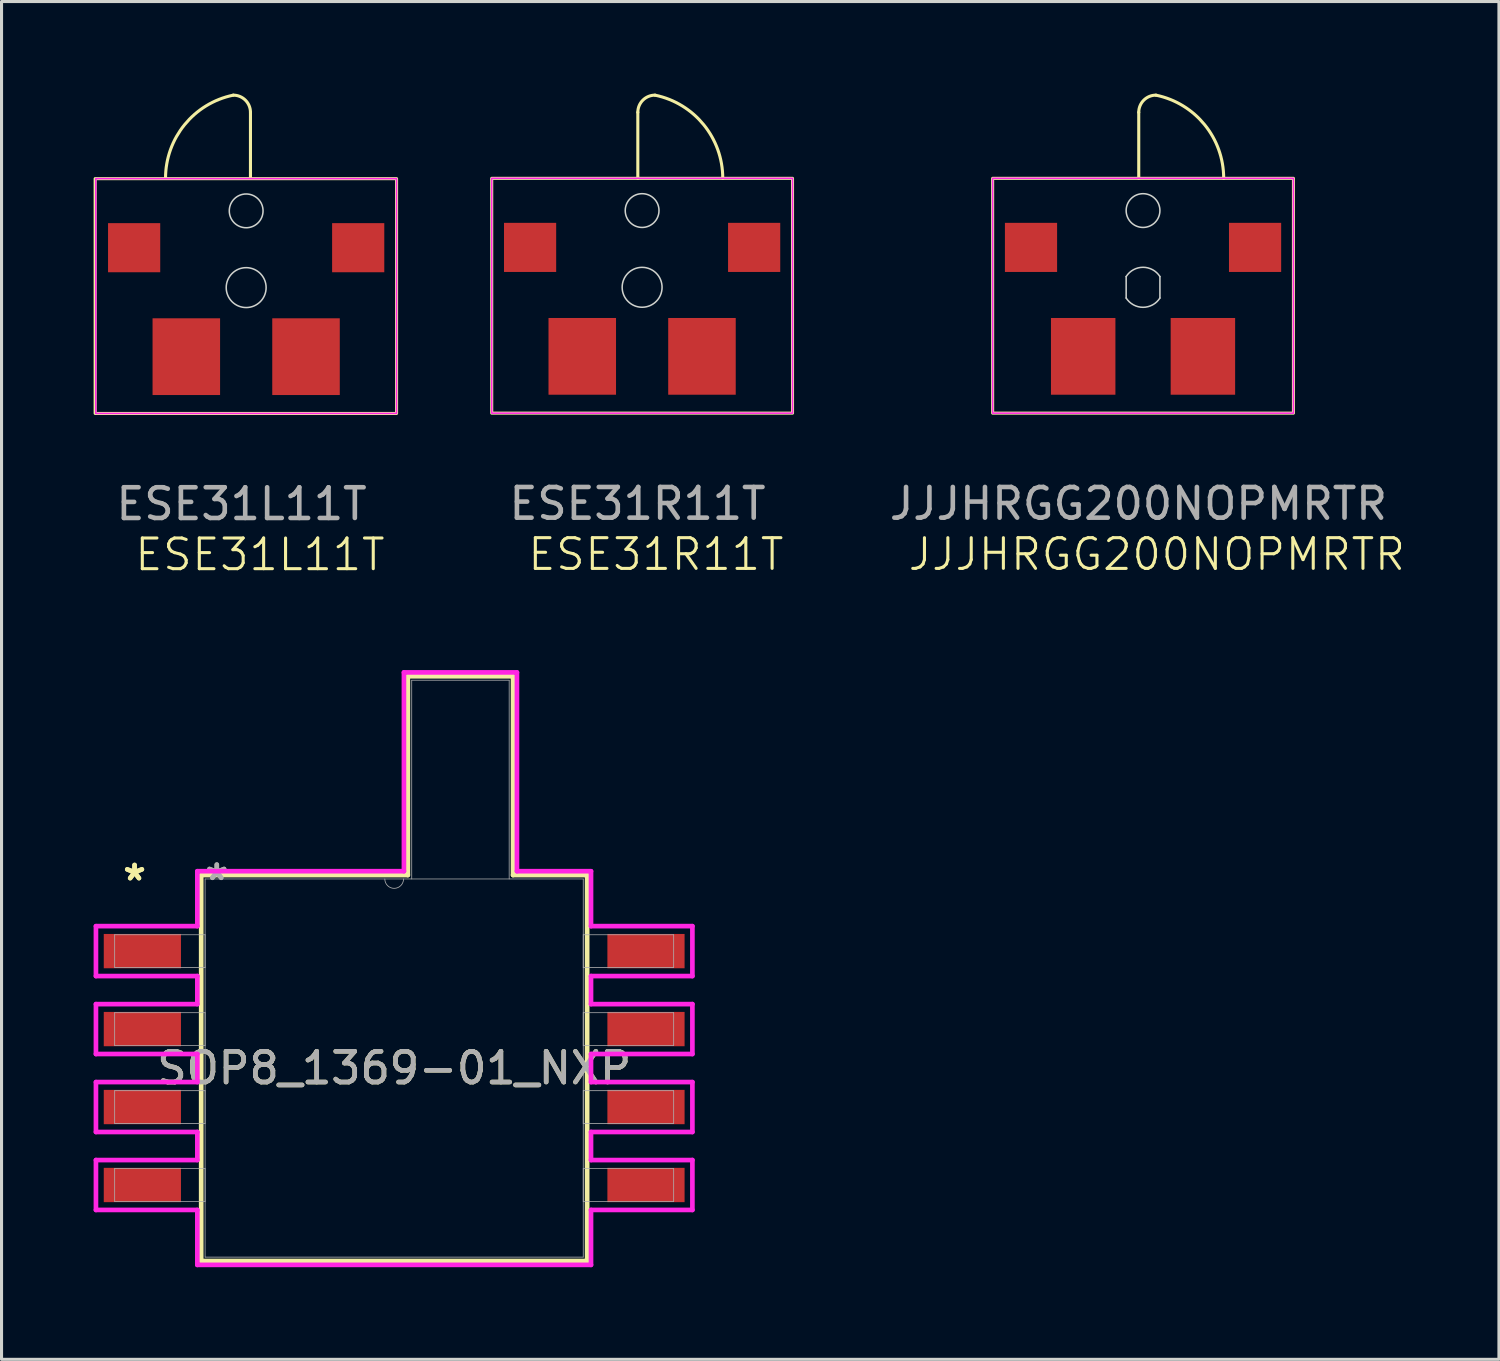
<source format=kicad_pcb>
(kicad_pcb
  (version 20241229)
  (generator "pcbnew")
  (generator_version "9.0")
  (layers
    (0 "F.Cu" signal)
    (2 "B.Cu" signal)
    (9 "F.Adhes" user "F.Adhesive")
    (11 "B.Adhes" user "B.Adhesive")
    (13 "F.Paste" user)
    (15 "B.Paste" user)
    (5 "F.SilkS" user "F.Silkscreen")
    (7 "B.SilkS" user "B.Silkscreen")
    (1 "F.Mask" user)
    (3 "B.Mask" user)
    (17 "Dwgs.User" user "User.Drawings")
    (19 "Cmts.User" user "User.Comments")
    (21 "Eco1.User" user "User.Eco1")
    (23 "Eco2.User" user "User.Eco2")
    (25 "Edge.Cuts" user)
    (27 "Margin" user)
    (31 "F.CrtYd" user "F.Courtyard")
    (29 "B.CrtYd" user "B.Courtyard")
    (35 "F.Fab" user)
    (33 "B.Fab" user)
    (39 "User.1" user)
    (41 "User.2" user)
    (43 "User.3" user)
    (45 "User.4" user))
  (footprint "ESE31L11T"
    (layer "F.Cu")
    (at 4.97 3.82)
    (property "Reference" "ESE31L11T" (at 0.45 11.2 0) (unlocked yes) (layer "F.SilkS") (effects (font (size 1 1) (thickness 0.1))))
    (attr smd)
    (fp_line (start 0.14 -1.06) (end 0.14 -3.21) (stroke (width 0.1) (type default)) (layer "F.SilkS"))
    (fp_rect (start -4.92 -1.05) (end 4.9 6.6) (stroke (width 0.1) (type default)) (fill no) (layer "F.SilkS"))
    (fp_arc (start -2.627255 -1.06) (mid -2.005619 -2.807575) (end -0.42 -3.77) (stroke (width 0.1) (type default)) (layer "F.SilkS"))
    (fp_arc (start -0.42 -3.77) (mid -0.02402 -3.60598) (end 0.14 -3.21) (stroke (width 0.1) (type default)) (layer "F.SilkS"))
    (fp_circle (center 0 0) (end 0 -0.55) (stroke (width 0.05) (type default)) (fill no) (layer "Edge.Cuts"))
    (fp_circle (center 0 2.5) (end 0 1.85) (stroke (width 0.05) (type default)) (fill no) (layer "Edge.Cuts"))
    (fp_rect (start -4.9 -1.05) (end 4.9 6.6) (stroke (width 0.05) (type default)) (fill no) (layer "F.CrtYd"))
    (fp_text user "${REFERENCE}" (at -0.15 9.55 0) (unlocked yes) (layer "F.Fab") (effects (font (size 1 1) (thickness 0.15))))
    (pad "1" smd rect (at 3.65 1.2) (size 1.7 1.6) (layers "F.Cu" "F.Mask" "F.Paste"))
    (pad "2" smd rect (at 1.95 4.75) (size 2.2 2.5) (layers "F.Cu" "F.Mask" "F.Paste"))
    (pad "3" smd rect (at -1.95 4.75) (size 2.2 2.5) (layers "F.Cu" "F.Mask" "F.Paste"))
    (pad "4" smd rect (at -3.65 1.2) (size 1.7 1.6) (layers "F.Cu" "F.Mask" "F.Paste")))
  (footprint "JJJHRGG200NOPMRTR"
    (layer "F.Cu")
    (at 34.19 3.81)
    (property "Reference" "JJJHRGG200NOPMRTR" (at 0.45 11.2 0) (unlocked yes) (layer "F.SilkS") (effects (font (size 1 1) (thickness 0.1))))
    (attr smd)
    (fp_line (start -0.14 -1.05) (end -0.14 -3.2) (stroke (width 0.1) (type default)) (layer "F.SilkS"))
    (fp_rect (start -4.9 -1.05) (end 4.9 6.6) (stroke (width 0.1) (type default)) (fill no) (layer "F.SilkS"))
    (fp_arc (start -0.139999 -3.2) (mid 0.024021 -3.59598) (end 0.420001 -3.76) (stroke (width 0.1) (type default)) (layer "F.SilkS"))
    (fp_arc (start 0.420001 -3.76) (mid 2.00562 -2.797575) (end 2.627256 -1.05) (stroke (width 0.1) (type default)) (layer "F.SilkS"))
    (fp_line (start -0.55 2.15) (end -0.55 2.85) (stroke (width 0.05) (type default)) (layer "Edge.Cuts"))
    (fp_line (start 0.55 2.15) (end 0.55 2.85) (stroke (width 0.05) (type default)) (layer "Edge.Cuts"))
    (fp_arc (start -0.55 2.15) (mid 0 1.84808) (end 0.55 2.15) (stroke (width 0.05) (type default)) (layer "Edge.Cuts"))
    (fp_arc (start 0.55 2.85) (mid 0 3.15192) (end -0.55 2.85) (stroke (width 0.05) (type default)) (layer "Edge.Cuts"))
    (fp_circle (center 0 0) (end 0 -0.55) (stroke (width 0.05) (type default)) (fill no) (layer "Edge.Cuts"))
    (fp_rect (start -4.9 -1.05) (end 4.9 6.6) (stroke (width 0.05) (type default)) (fill no) (layer "F.CrtYd"))
    (fp_text user "${REFERENCE}" (at -0.15 9.55 0) (unlocked yes) (layer "F.Fab") (effects (font (size 1 1) (thickness 0.15))))
    (pad "1" smd rect (at 3.65 1.2) (size 1.7 1.6) (layers "F.Cu" "F.Mask" "F.Paste"))
    (pad "2" smd rect (at 1.95 4.75) (size 2.1 2.5) (layers "F.Cu" "F.Mask" "F.Paste"))
    (pad "3" smd rect (at -1.95 4.75) (size 2.1 2.5) (layers "F.Cu" "F.Mask" "F.Paste"))
    (pad "4" smd rect (at -3.65 1.2) (size 1.7 1.6) (layers "F.Cu" "F.Mask" "F.Paste")))
  (footprint "ESE31R11T"
    (layer "F.Cu")
    (at 17.87 3.81)
    (property "Reference" "ESE31R11T" (at 0.45 11.2 0) (unlocked yes) (layer "F.SilkS") (effects (font (size 1 1) (thickness 0.1))))
    (attr smd)
    (fp_line (start -0.14 -1.05) (end -0.14 -3.2) (stroke (width 0.1) (type default)) (layer "F.SilkS"))
    (fp_rect (start -4.9 -1.05) (end 4.9 6.6) (stroke (width 0.1) (type default)) (fill no) (layer "F.SilkS"))
    (fp_arc (start -0.139999 -3.2) (mid 0.024021 -3.59598) (end 0.420001 -3.76) (stroke (width 0.1) (type default)) (layer "F.SilkS"))
    (fp_arc (start 0.420001 -3.76) (mid 2.00562 -2.797575) (end 2.627256 -1.05) (stroke (width 0.1) (type default)) (layer "F.SilkS"))
    (fp_circle (center 0 0) (end 0 -0.55) (stroke (width 0.05) (type default)) (fill no) (layer "Edge.Cuts"))
    (fp_circle (center 0 2.5) (end 0 1.85) (stroke (width 0.05) (type default)) (fill no) (layer "Edge.Cuts"))
    (fp_rect (start -4.9 -1.05) (end 4.9 6.6) (stroke (width 0.05) (type default)) (fill no) (layer "F.CrtYd"))
    (fp_text user "${REFERENCE}" (at -0.15 9.55 0) (unlocked yes) (layer "F.Fab") (effects (font (size 1 1) (thickness 0.15))))
    (pad "1" smd rect (at 3.65 1.2) (size 1.7 1.6) (layers "F.Cu" "F.Mask" "F.Paste"))
    (pad "2" smd rect (at 1.95 4.75) (size 2.2 2.5) (layers "F.Cu" "F.Mask" "F.Paste"))
    (pad "3" smd rect (at -1.95 4.75) (size 2.2 2.5) (layers "F.Cu" "F.Mask" "F.Paste"))
    (pad "4" smd rect (at -3.65 1.2) (size 1.7 1.6) (layers "F.Cu" "F.Mask" "F.Paste")))
  (footprint "SOP8_1369-01_NXP"
    (layer "F.Cu")
    (at 9.792 31.747)
    (property "Reference" "SOP8_1369-01_NXP" (at 0 0 0) (unlocked yes) (layer "F.SilkS") (effects (font (size 1 1) (thickness 0.15))))
    (attr smd)
    (fp_line (start -6.287 -6.287) (end 0.445 -6.287) (stroke (width 0.152) (type solid)) (layer "F.SilkS"))
    (fp_line (start -6.287 6.287) (end -6.287 -6.287) (stroke (width 0.152) (type solid)) (layer "F.SilkS"))
    (fp_line (start 0.445 -12.764) (end 3.873 -12.764) (stroke (width 0.152) (type solid)) (layer "F.SilkS"))
    (fp_line (start 0.445 -6.287) (end 0.445 -12.764) (stroke (width 0.152) (type solid)) (layer "F.SilkS"))
    (fp_line (start 3.873 -12.764) (end 3.873 -6.287) (stroke (width 0.152) (type solid)) (layer "F.SilkS"))
    (fp_line (start 3.873 -6.287) (end 6.287 -6.287) (stroke (width 0.152) (type solid)) (layer "F.SilkS"))
    (fp_line (start 6.287 -6.287) (end 6.287 6.287) (stroke (width 0.152) (type solid)) (layer "F.SilkS"))
    (fp_line (start 6.287 6.287) (end -6.287 6.287) (stroke (width 0.152) (type solid)) (layer "F.SilkS"))
    (fp_poly (pts (xy -1.488 -3.139) (xy -1.488 -2.043) (xy -0.1 -2.043) (xy -0.1 -3.139)) (stroke (width 0) (type solid)) (fill yes) (layer "F.Paste"))
    (fp_poly (pts (xy -1.488 -1.843) (xy -1.488 -0.748) (xy -0.1 -0.748) (xy -0.1 -1.843)) (stroke (width 0) (type solid)) (fill yes) (layer "F.Paste"))
    (fp_poly (pts (xy -1.488 -0.548) (xy -1.488 0.548) (xy -0.1 0.548) (xy -0.1 -0.548)) (stroke (width 0) (type solid)) (fill yes) (layer "F.Paste"))
    (fp_poly (pts (xy -1.488 0.748) (xy -1.488 1.843) (xy -0.1 1.843) (xy -0.1 0.748)) (stroke (width 0) (type solid)) (fill yes) (layer "F.Paste"))
    (fp_poly (pts (xy -1.488 2.043) (xy -1.488 3.139) (xy -0.1 3.139) (xy -0.1 2.043)) (stroke (width 0) (type solid)) (fill yes) (layer "F.Paste"))
    (fp_poly (pts (xy 0.1 -3.139) (xy 0.1 -2.043) (xy 1.488 -2.043) (xy 1.488 -3.139)) (stroke (width 0) (type solid)) (fill yes) (layer "F.Paste"))
    (fp_poly (pts (xy 0.1 -1.843) (xy 0.1 -0.748) (xy 1.488 -0.748) (xy 1.488 -1.843)) (stroke (width 0) (type solid)) (fill yes) (layer "F.Paste"))
    (fp_poly (pts (xy 0.1 -0.548) (xy 0.1 0.548) (xy 1.488 0.548) (xy 1.488 -0.548)) (stroke (width 0) (type solid)) (fill yes) (layer "F.Paste"))
    (fp_poly (pts (xy 0.1 0.748) (xy 0.1 1.843) (xy 1.488 1.843) (xy 1.488 0.748)) (stroke (width 0) (type solid)) (fill yes) (layer "F.Paste"))
    (fp_poly (pts (xy 0.1 2.043) (xy 0.1 3.139) (xy 1.488 3.139) (xy 1.488 2.043)) (stroke (width 0) (type solid)) (fill yes) (layer "F.Paste"))
    (fp_line (start -9.716 -4.623) (end -9.716 -2.997) (stroke (width 0.152) (type solid)) (layer "F.CrtYd"))
    (fp_line (start -9.716 -2.997) (end -6.413 -2.997) (stroke (width 0.152) (type solid)) (layer "F.CrtYd"))
    (fp_line (start -9.716 -2.083) (end -9.716 -0.457) (stroke (width 0.152) (type solid)) (layer "F.CrtYd"))
    (fp_line (start -9.716 -0.457) (end -6.413 -0.457) (stroke (width 0.152) (type solid)) (layer "F.CrtYd"))
    (fp_line (start -9.716 0.457) (end -9.716 2.083) (stroke (width 0.152) (type solid)) (layer "F.CrtYd"))
    (fp_line (start -9.716 2.083) (end -6.413 2.083) (stroke (width 0.152) (type solid)) (layer "F.CrtYd"))
    (fp_line (start -9.716 2.997) (end -9.716 4.623) (stroke (width 0.152) (type solid)) (layer "F.CrtYd"))
    (fp_line (start -9.716 4.623) (end -6.413 4.623) (stroke (width 0.152) (type solid)) (layer "F.CrtYd"))
    (fp_line (start -6.413 -6.413) (end -6.413 -4.623) (stroke (width 0.152) (type solid)) (layer "F.CrtYd"))
    (fp_line (start -6.413 -4.623) (end -9.716 -4.623) (stroke (width 0.152) (type solid)) (layer "F.CrtYd"))
    (fp_line (start -6.413 -2.997) (end -6.413 -2.083) (stroke (width 0.152) (type solid)) (layer "F.CrtYd"))
    (fp_line (start -6.413 -2.083) (end -9.716 -2.083) (stroke (width 0.152) (type solid)) (layer "F.CrtYd"))
    (fp_line (start -6.413 -0.457) (end -6.413 0.457) (stroke (width 0.152) (type solid)) (layer "F.CrtYd"))
    (fp_line (start -6.413 0.457) (end -9.716 0.457) (stroke (width 0.152) (type solid)) (layer "F.CrtYd"))
    (fp_line (start -6.413 2.083) (end -6.413 2.997) (stroke (width 0.152) (type solid)) (layer "F.CrtYd"))
    (fp_line (start -6.413 2.997) (end -9.716 2.997) (stroke (width 0.152) (type solid)) (layer "F.CrtYd"))
    (fp_line (start -6.413 4.623) (end -6.413 6.413) (stroke (width 0.152) (type solid)) (layer "F.CrtYd"))
    (fp_line (start -6.413 6.413) (end 6.413 6.413) (stroke (width 0.152) (type solid)) (layer "F.CrtYd"))
    (fp_line (start 0.318 -12.89) (end 0.318 -6.413) (stroke (width 0.152) (type solid)) (layer "F.CrtYd"))
    (fp_line (start 0.318 -6.413) (end -6.413 -6.413) (stroke (width 0.152) (type solid)) (layer "F.CrtYd"))
    (fp_line (start 4 -12.89) (end 0.318 -12.89) (stroke (width 0.152) (type solid)) (layer "F.CrtYd"))
    (fp_line (start 4 -6.413) (end 4 -12.89) (stroke (width 0.152) (type solid)) (layer "F.CrtYd"))
    (fp_line (start 6.413 -6.413) (end 4 -6.413) (stroke (width 0.152) (type solid)) (layer "F.CrtYd"))
    (fp_line (start 6.413 -4.623) (end 6.413 -6.413) (stroke (width 0.152) (type solid)) (layer "F.CrtYd"))
    (fp_line (start 6.413 -2.997) (end 9.716 -2.997) (stroke (width 0.152) (type solid)) (layer "F.CrtYd"))
    (fp_line (start 6.413 -2.083) (end 6.413 -2.997) (stroke (width 0.152) (type solid)) (layer "F.CrtYd"))
    (fp_line (start 6.413 -0.457) (end 9.716 -0.457) (stroke (width 0.152) (type solid)) (layer "F.CrtYd"))
    (fp_line (start 6.413 0.457) (end 6.413 -0.457) (stroke (width 0.152) (type solid)) (layer "F.CrtYd"))
    (fp_line (start 6.413 2.083) (end 9.716 2.083) (stroke (width 0.152) (type solid)) (layer "F.CrtYd"))
    (fp_line (start 6.413 2.997) (end 6.413 2.083) (stroke (width 0.152) (type solid)) (layer "F.CrtYd"))
    (fp_line (start 6.413 4.623) (end 9.716 4.623) (stroke (width 0.152) (type solid)) (layer "F.CrtYd"))
    (fp_line (start 6.413 6.413) (end 6.413 4.623) (stroke (width 0.152) (type solid)) (layer "F.CrtYd"))
    (fp_line (start 9.716 -4.623) (end 6.413 -4.623) (stroke (width 0.152) (type solid)) (layer "F.CrtYd"))
    (fp_line (start 9.716 -2.997) (end 9.716 -4.623) (stroke (width 0.152) (type solid)) (layer "F.CrtYd"))
    (fp_line (start 9.716 -2.083) (end 6.413 -2.083) (stroke (width 0.152) (type solid)) (layer "F.CrtYd"))
    (fp_line (start 9.716 -0.457) (end 9.716 -2.083) (stroke (width 0.152) (type solid)) (layer "F.CrtYd"))
    (fp_line (start 9.716 0.457) (end 6.413 0.457) (stroke (width 0.152) (type solid)) (layer "F.CrtYd"))
    (fp_line (start 9.716 2.083) (end 9.716 0.457) (stroke (width 0.152) (type solid)) (layer "F.CrtYd"))
    (fp_line (start 9.716 2.997) (end 6.413 2.997) (stroke (width 0.152) (type solid)) (layer "F.CrtYd"))
    (fp_line (start 9.716 4.623) (end 9.716 2.997) (stroke (width 0.152) (type solid)) (layer "F.CrtYd"))
    (fp_line (start -9.106 -4.343) (end -9.106 -3.277) (stroke (width 0.025) (type solid)) (layer "F.Fab"))
    (fp_line (start -9.106 -3.277) (end -6.16 -3.277) (stroke (width 0.025) (type solid)) (layer "F.Fab"))
    (fp_line (start -9.106 -1.803) (end -9.106 -0.737) (stroke (width 0.025) (type solid)) (layer "F.Fab"))
    (fp_line (start -9.106 -0.737) (end -6.16 -0.737) (stroke (width 0.025) (type solid)) (layer "F.Fab"))
    (fp_line (start -9.106 0.737) (end -9.106 1.803) (stroke (width 0.025) (type solid)) (layer "F.Fab"))
    (fp_line (start -9.106 1.803) (end -6.16 1.803) (stroke (width 0.025) (type solid)) (layer "F.Fab"))
    (fp_line (start -9.106 3.277) (end -9.106 4.343) (stroke (width 0.025) (type solid)) (layer "F.Fab"))
    (fp_line (start -9.106 4.343) (end -6.16 4.343) (stroke (width 0.025) (type solid)) (layer "F.Fab"))
    (fp_line (start -6.16 -6.16) (end -6.16 6.16) (stroke (width 0.025) (type solid)) (layer "F.Fab"))
    (fp_line (start -6.16 -4.343) (end -9.106 -4.343) (stroke (width 0.025) (type solid)) (layer "F.Fab"))
    (fp_line (start -6.16 -3.277) (end -6.16 -4.343) (stroke (width 0.025) (type solid)) (layer "F.Fab"))
    (fp_line (start -6.16 -1.803) (end -9.106 -1.803) (stroke (width 0.025) (type solid)) (layer "F.Fab"))
    (fp_line (start -6.16 -0.737) (end -6.16 -1.803) (stroke (width 0.025) (type solid)) (layer "F.Fab"))
    (fp_line (start -6.16 0.737) (end -9.106 0.737) (stroke (width 0.025) (type solid)) (layer "F.Fab"))
    (fp_line (start -6.16 1.803) (end -6.16 0.737) (stroke (width 0.025) (type solid)) (layer "F.Fab"))
    (fp_line (start -6.16 3.277) (end -9.106 3.277) (stroke (width 0.025) (type solid)) (layer "F.Fab"))
    (fp_line (start -6.16 4.343) (end -6.16 3.277) (stroke (width 0.025) (type solid)) (layer "F.Fab"))
    (fp_line (start -6.16 6.16) (end 6.16 6.16) (stroke (width 0.025) (type solid)) (layer "F.Fab"))
    (fp_line (start 0.572 -12.636) (end 0.572 -6.16) (stroke (width 0.025) (type solid)) (layer "F.Fab"))
    (fp_line (start 3.747 -12.636) (end 0.572 -12.636) (stroke (width 0.025) (type solid)) (layer "F.Fab"))
    (fp_line (start 3.747 -6.16) (end 3.747 -12.636) (stroke (width 0.025) (type solid)) (layer "F.Fab"))
    (fp_line (start 6.16 -6.16) (end -6.16 -6.16) (stroke (width 0.025) (type solid)) (layer "F.Fab"))
    (fp_line (start 6.16 -4.343) (end 6.16 -3.277) (stroke (width 0.025) (type solid)) (layer "F.Fab"))
    (fp_line (start 6.16 -3.277) (end 9.106 -3.277) (stroke (width 0.025) (type solid)) (layer "F.Fab"))
    (fp_line (start 6.16 -1.803) (end 6.16 -0.737) (stroke (width 0.025) (type solid)) (layer "F.Fab"))
    (fp_line (start 6.16 -0.737) (end 9.106 -0.737) (stroke (width 0.025) (type solid)) (layer "F.Fab"))
    (fp_line (start 6.16 0.737) (end 6.16 1.803) (stroke (width 0.025) (type solid)) (layer "F.Fab"))
    (fp_line (start 6.16 1.803) (end 9.106 1.803) (stroke (width 0.025) (type solid)) (layer "F.Fab"))
    (fp_line (start 6.16 3.277) (end 6.16 4.343) (stroke (width 0.025) (type solid)) (layer "F.Fab"))
    (fp_line (start 6.16 4.343) (end 9.106 4.343) (stroke (width 0.025) (type solid)) (layer "F.Fab"))
    (fp_line (start 6.16 6.16) (end 6.16 -6.16) (stroke (width 0.025) (type solid)) (layer "F.Fab"))
    (fp_line (start 9.106 -4.343) (end 6.16 -4.343) (stroke (width 0.025) (type solid)) (layer "F.Fab"))
    (fp_line (start 9.106 -3.277) (end 9.106 -4.343) (stroke (width 0.025) (type solid)) (layer "F.Fab"))
    (fp_line (start 9.106 -1.803) (end 6.16 -1.803) (stroke (width 0.025) (type solid)) (layer "F.Fab"))
    (fp_line (start 9.106 -0.737) (end 9.106 -1.803) (stroke (width 0.025) (type solid)) (layer "F.Fab"))
    (fp_line (start 9.106 0.737) (end 6.16 0.737) (stroke (width 0.025) (type solid)) (layer "F.Fab"))
    (fp_line (start 9.106 1.803) (end 9.106 0.737) (stroke (width 0.025) (type solid)) (layer "F.Fab"))
    (fp_line (start 9.106 3.277) (end 6.16 3.277) (stroke (width 0.025) (type solid)) (layer "F.Fab"))
    (fp_line (start 9.106 4.343) (end 9.106 3.277) (stroke (width 0.025) (type solid)) (layer "F.Fab"))
    (fp_arc (start 0.3048 -6.1595) (mid 0 -5.8547) (end -0.3048 -6.1595) (stroke (width 0.0254) (type solid)) (layer "F.Fab"))
    (fp_text user "*" (at -8.458 -6.071 0) (layer "F.SilkS") (effects (font (size 1 1) (thickness 0.15))))
    (fp_text user "*" (at -8.458 -6.071 0) (unlocked yes) (layer "F.SilkS") (effects (font (size 1 1) (thickness 0.15))))
    (fp_text user "${REFERENCE}" (at 0 0 0) (unlocked yes) (layer "F.Fab") (effects (font (size 1 1) (thickness 0.15))))
    (fp_text user "*" (at -5.779 -6.083 0) (unlocked yes) (layer "F.Fab") (effects (font (size 1 1) (thickness 0.15))))
    (fp_text user "*" (at -5.779 -6.083 0) (layer "F.Fab") (effects (font (size 1 1) (thickness 0.15))))
    (pad "1" smd rect (at -8.204 -3.81) (size 2.515 1.118) (layers "F.Cu" "F.Mask" "F.Paste"))
    (pad "2" smd rect (at -8.204 -1.27) (size 2.515 1.118) (layers "F.Cu" "F.Mask" "F.Paste"))
    (pad "3" smd rect (at -8.204 1.27) (size 2.515 1.118) (layers "F.Cu" "F.Mask" "F.Paste"))
    (pad "4" smd rect (at -8.204 3.81) (size 2.515 1.118) (layers "F.Cu" "F.Mask" "F.Paste"))
    (pad "5" smd rect (at 8.204 3.81) (size 2.515 1.118) (layers "F.Cu" "F.Mask" "F.Paste"))
    (pad "6" smd rect (at 8.204 1.27) (size 2.515 1.118) (layers "F.Cu" "F.Mask" "F.Paste"))
    (pad "7" smd rect (at 8.204 -1.27) (size 2.515 1.118) (layers "F.Cu" "F.Mask" "F.Paste"))
    (pad "8" smd rect (at 8.204 -3.81) (size 2.515 1.118) (layers "F.Cu" "F.Mask" "F.Paste")))
  (gr_rect
    (start -3 -3)
    (end 45.785 41.237)
    (stroke (width 0.1) (type default))
    (fill no)
    (layer "Edge.Cuts")))
</source>
